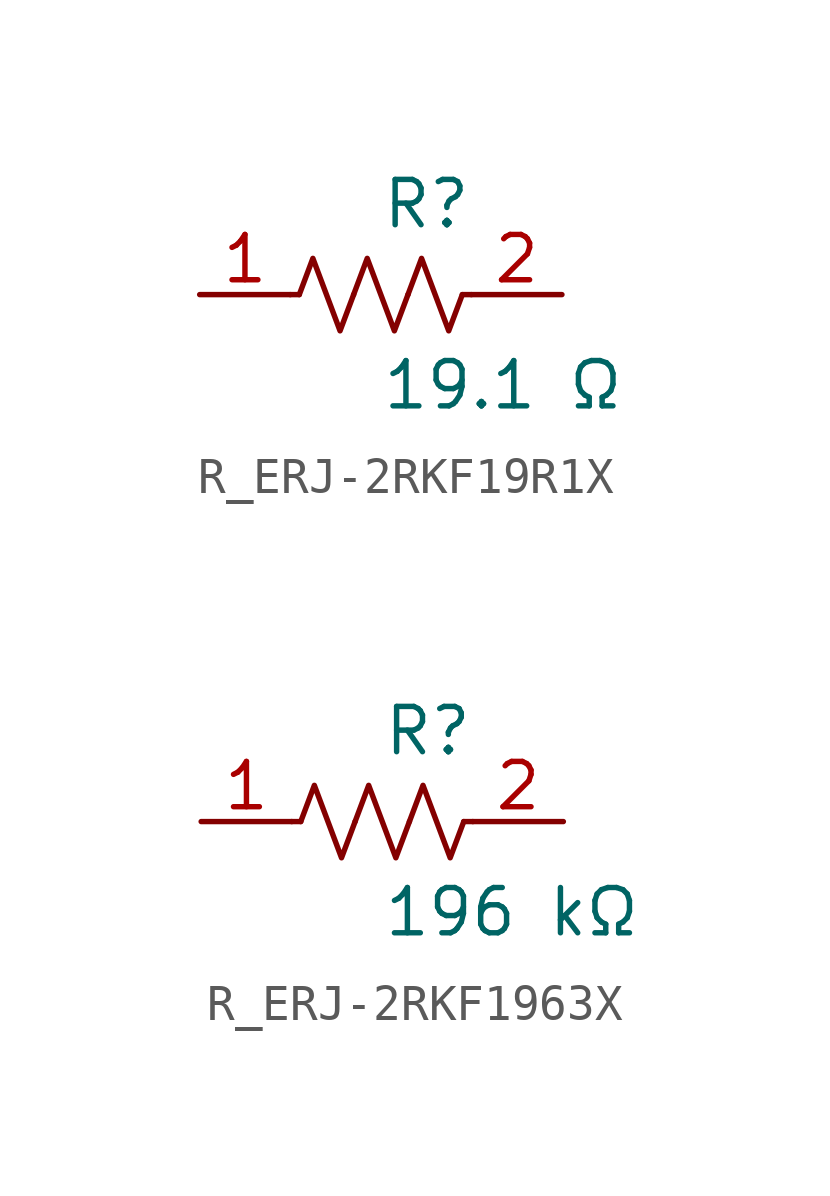
<source format=kicad_sym>
(kicad_symbol_lib
  (version 20231120)
  (generator kicad_symbol_editor)
  (generator_version 8.0)
  (symbol "R_ERJ-2RKF19R1X"
    (pin_names
      (offset 0.254))
    (property "Reference" "R"
      (at 0.0 2.54 0)
      (effects (font (size 1.27 1.27)) (justify left)))
    (property "Value" "19.1 Ω"
      (at 0.0 -2.54 0)
      (effects (font (size 1.27 1.27)) (justify left)))
    (symbol "R_ERJ-2RKF19R1X_0_1"
      (polyline (pts (xy 2.286 0) (xy 2.54 0)) (stroke (width 0) (type default)) (fill (type none)))
      (polyline (pts (xy -2.286 0) (xy -2.54 0)) (stroke (width 0) (type default)) (fill (type none)))
      (polyline (pts (xy 0.762 0) (xy 1.143 1.016) (xy 1.524 0) (xy 1.905 -1.016) (xy 2.286 0)) (stroke (width 0) (type default)) (fill (type none)))
      (polyline (pts (xy -0.762 0) (xy -0.381 1.016) (xy 0 0) (xy 0.381 -1.016) (xy 0.762 0)) (stroke (width 0) (type default)) (fill (type none)))
      (polyline (pts (xy -2.286 0) (xy -1.905 1.016) (xy -1.524 0) (xy -1.143 -1.016) (xy -0.762 0)) (stroke (width 0) (type default)) (fill (type none))))
    (pin unspecified line
      (at -5.08 0 0)
      (length 2.54)
      (name "" (effects (font (size 1.27 1.27))))
      (number "1" (effects (font (size 1.27 1.27)))))
    (pin unspecified line
      (at 5.08 0 180)
      (length 2.54)
      (name "" (effects (font (size 1.27 1.27))))
      (number "2" (effects (font (size 1.27 1.27))))))
  (symbol "R_ERJ-2RKF1963X"
    (pin_names
      (offset 0.254))
    (property "Reference" "R"
      (at 0.0 2.54 0)
      (effects (font (size 1.27 1.27)) (justify left)))
    (property "Value" "196 kΩ"
      (at 0.0 -2.54 0)
      (effects (font (size 1.27 1.27)) (justify left)))
    (symbol "R_ERJ-2RKF1963X_0_1"
      (polyline (pts (xy 2.286 0) (xy 2.54 0)) (stroke (width 0) (type default)) (fill (type none)))
      (polyline (pts (xy -2.286 0) (xy -2.54 0)) (stroke (width 0) (type default)) (fill (type none)))
      (polyline (pts (xy 0.762 0) (xy 1.143 1.016) (xy 1.524 0) (xy 1.905 -1.016) (xy 2.286 0)) (stroke (width 0) (type default)) (fill (type none)))
      (polyline (pts (xy -0.762 0) (xy -0.381 1.016) (xy 0 0) (xy 0.381 -1.016) (xy 0.762 0)) (stroke (width 0) (type default)) (fill (type none)))
      (polyline (pts (xy -2.286 0) (xy -1.905 1.016) (xy -1.524 0) (xy -1.143 -1.016) (xy -0.762 0)) (stroke (width 0) (type default)) (fill (type none))))
    (pin unspecified line
      (at -5.08 0 0)
      (length 2.54)
      (name "" (effects (font (size 1.27 1.27))))
      (number "1" (effects (font (size 1.27 1.27)))))
    (pin unspecified line
      (at 5.08 0 180)
      (length 2.54)
      (name "" (effects (font (size 1.27 1.27))))
      (number "2" (effects (font (size 1.27 1.27)))))))
</source>
